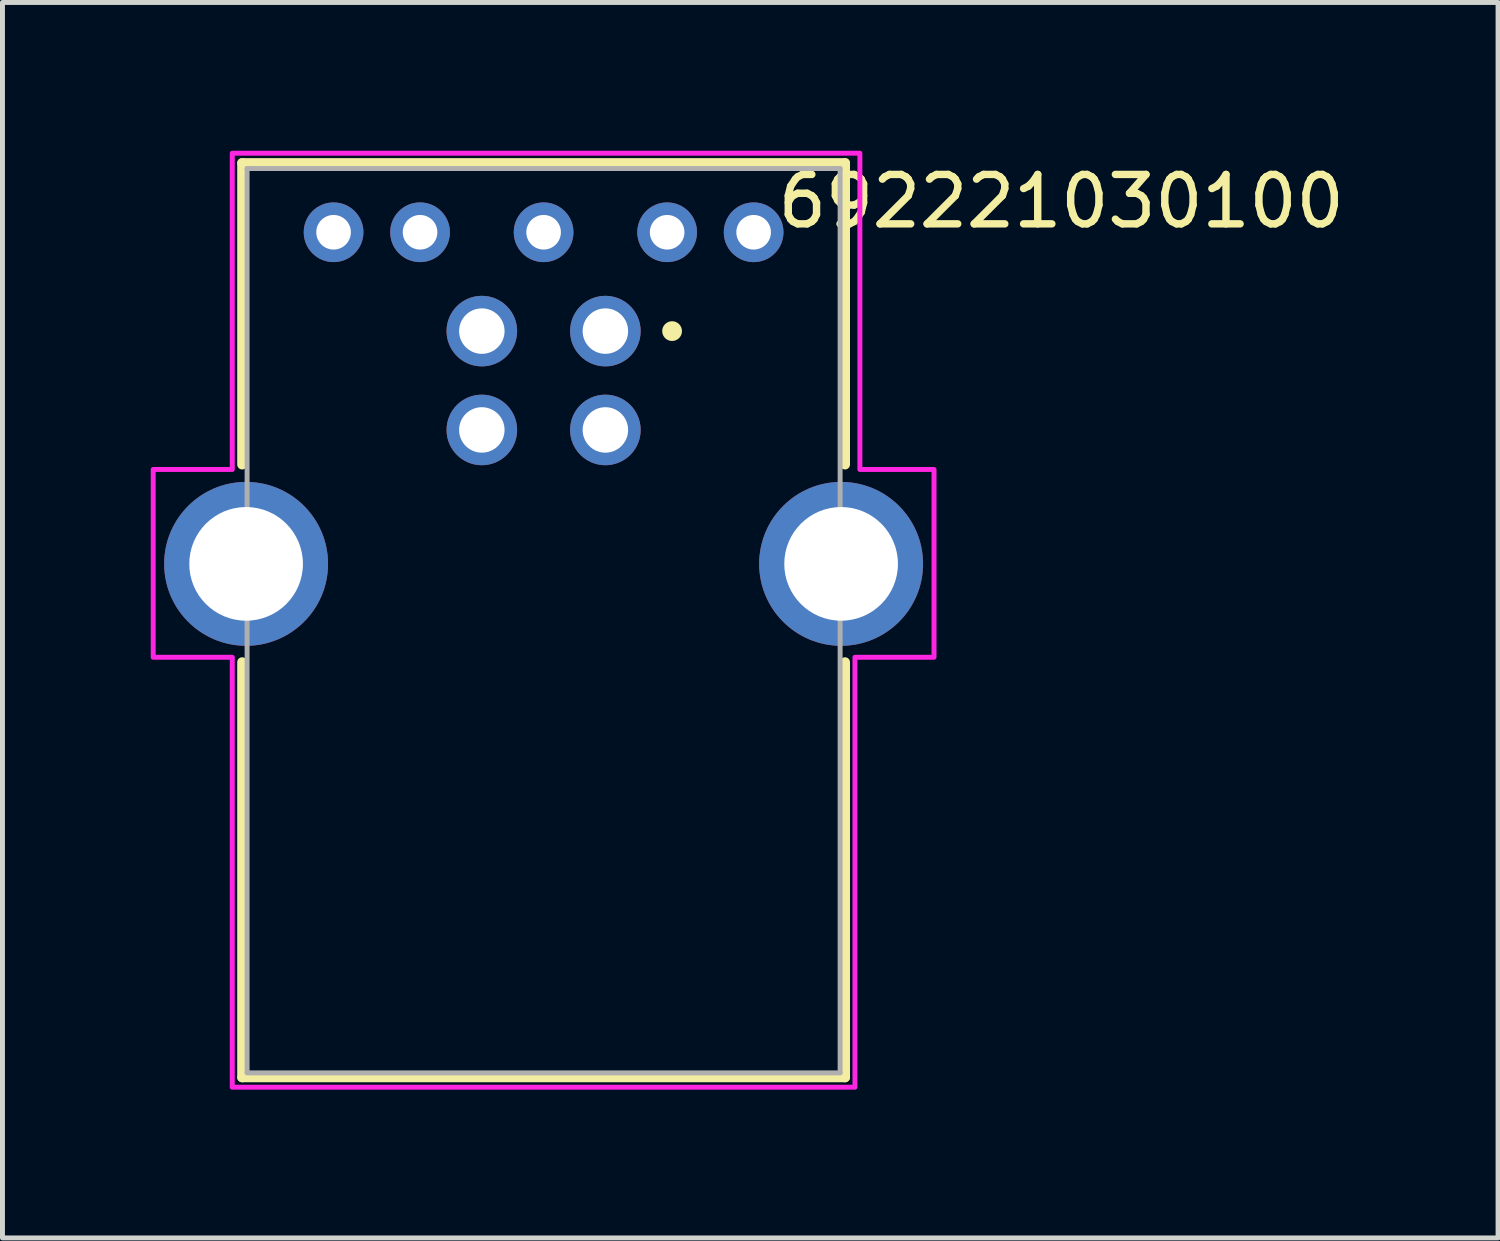
<source format=kicad_pcb>
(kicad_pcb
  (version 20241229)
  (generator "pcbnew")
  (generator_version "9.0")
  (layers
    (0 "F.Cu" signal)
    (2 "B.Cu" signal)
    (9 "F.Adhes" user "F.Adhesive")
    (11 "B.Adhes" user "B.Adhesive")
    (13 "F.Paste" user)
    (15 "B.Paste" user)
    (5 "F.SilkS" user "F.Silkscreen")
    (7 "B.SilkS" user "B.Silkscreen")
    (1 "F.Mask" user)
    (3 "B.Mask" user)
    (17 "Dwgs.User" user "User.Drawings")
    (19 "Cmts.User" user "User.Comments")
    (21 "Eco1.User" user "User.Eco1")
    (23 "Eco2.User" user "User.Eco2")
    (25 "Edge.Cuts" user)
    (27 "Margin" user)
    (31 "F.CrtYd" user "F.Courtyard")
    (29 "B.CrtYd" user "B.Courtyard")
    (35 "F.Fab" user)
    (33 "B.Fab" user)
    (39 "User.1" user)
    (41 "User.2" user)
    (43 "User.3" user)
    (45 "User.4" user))
  (footprint "692221030100"
    (layer "F.Cu")
    (at 7.95 9.51)
    (property "Reference" "692221030100" (at 10.475 -8.485 0) (layer "F.SilkS") (effects (font (size 1 1) (thickness 0.15))))
    (attr through_hole)
    (fp_line (start -6.1 -9.26) (end 6.1 -9.26) (stroke (width 0.2) (type solid)) (layer "F.SilkS"))
    (fp_line (start -6.1 -3.16) (end -6.1 -9.26) (stroke (width 0.2) (type solid)) (layer "F.SilkS"))
    (fp_line (start -6.1 0.84) (end -6.1 9.24) (stroke (width 0.2) (type solid)) (layer "F.SilkS"))
    (fp_line (start -6.1 9.24) (end 6.1 9.24) (stroke (width 0.2) (type solid)) (layer "F.SilkS"))
    (fp_line (start 6.1 -9.26) (end 6.1 -3.16) (stroke (width 0.2) (type solid)) (layer "F.SilkS"))
    (fp_line (start 6.1 9.24) (end 6.1 0.84) (stroke (width 0.2) (type solid)) (layer "F.SilkS"))
    (fp_circle (center 2.6 -5.86) (end 2.7 -5.86) (stroke (width 0.2) (type solid)) (fill no) (layer "F.SilkS"))
    (fp_poly (pts (xy -6.3 -9.46) (xy 6.4 -9.46) (xy 6.4 -3.06) (xy 7.9 -3.06) (xy 7.9 0.74) (xy 6.3 0.74) (xy 6.3 9.44) (xy -6.3 9.44) (xy -6.3 0.74) (xy -7.9 0.74) (xy -7.9 -3.06) (xy -6.3 -3.06)) (stroke (width 0.1) (type solid)) (fill no) (layer "F.CrtYd"))
    (fp_line (start -6 -9.15) (end -6 9.14) (stroke (width 0.1) (type solid)) (layer "F.Fab"))
    (fp_line (start -6 9.15) (end 6 9.15) (stroke (width 0.1) (type solid)) (layer "F.Fab"))
    (fp_line (start 6 -9.15) (end -6 -9.15) (stroke (width 0.1) (type solid)) (layer "F.Fab"))
    (fp_line (start 6 9.14) (end 6 -9.15) (stroke (width 0.1) (type solid)) (layer "F.Fab"))
    (pad "1" thru_hole circle (at 1.25 -5.86) (size 1.428 1.428) (drill 0.92) (layers "*.Cu" "*.Mask"))
    (pad "2" thru_hole circle (at -1.25 -5.86) (size 1.428 1.428) (drill 0.92) (layers "*.Cu" "*.Mask"))
    (pad "3" thru_hole circle (at -1.25 -3.86) (size 1.428 1.428) (drill 0.92) (layers "*.Cu" "*.Mask"))
    (pad "4" thru_hole circle (at 1.25 -3.86) (size 1.428 1.428) (drill 0.92) (layers "*.Cu" "*.Mask"))
    (pad "5" thru_hole circle (at -4.25 -7.86) (size 1.208 1.208) (drill 0.7) (layers "*.Cu" "*.Mask"))
    (pad "6" thru_hole circle (at -2.5 -7.86) (size 1.208 1.208) (drill 0.7) (layers "*.Cu" "*.Mask"))
    (pad "7" thru_hole circle (at 0 -7.86) (size 1.208 1.208) (drill 0.7) (layers "*.Cu" "*.Mask"))
    (pad "8" thru_hole circle (at 2.5 -7.86) (size 1.208 1.208) (drill 0.7) (layers "*.Cu" "*.Mask"))
    (pad "9" thru_hole circle (at 4.25 -7.86) (size 1.208 1.208) (drill 0.7) (layers "*.Cu" "*.Mask"))
    (pad "10" thru_hole circle (at -6.02 -1.15) (size 3.316 3.316) (drill 2.3) (layers "*.Cu" "*.Mask"))
    (pad "10" thru_hole circle (at 6.02 -1.15) (size 3.316 3.316) (drill 2.3) (layers "*.Cu" "*.Mask")))
  (gr_rect
    (start -3 -3)
    (end 27.264 22)
    (stroke (width 0.1) (type default))
    (fill no)
    (layer "Edge.Cuts")))
</source>
